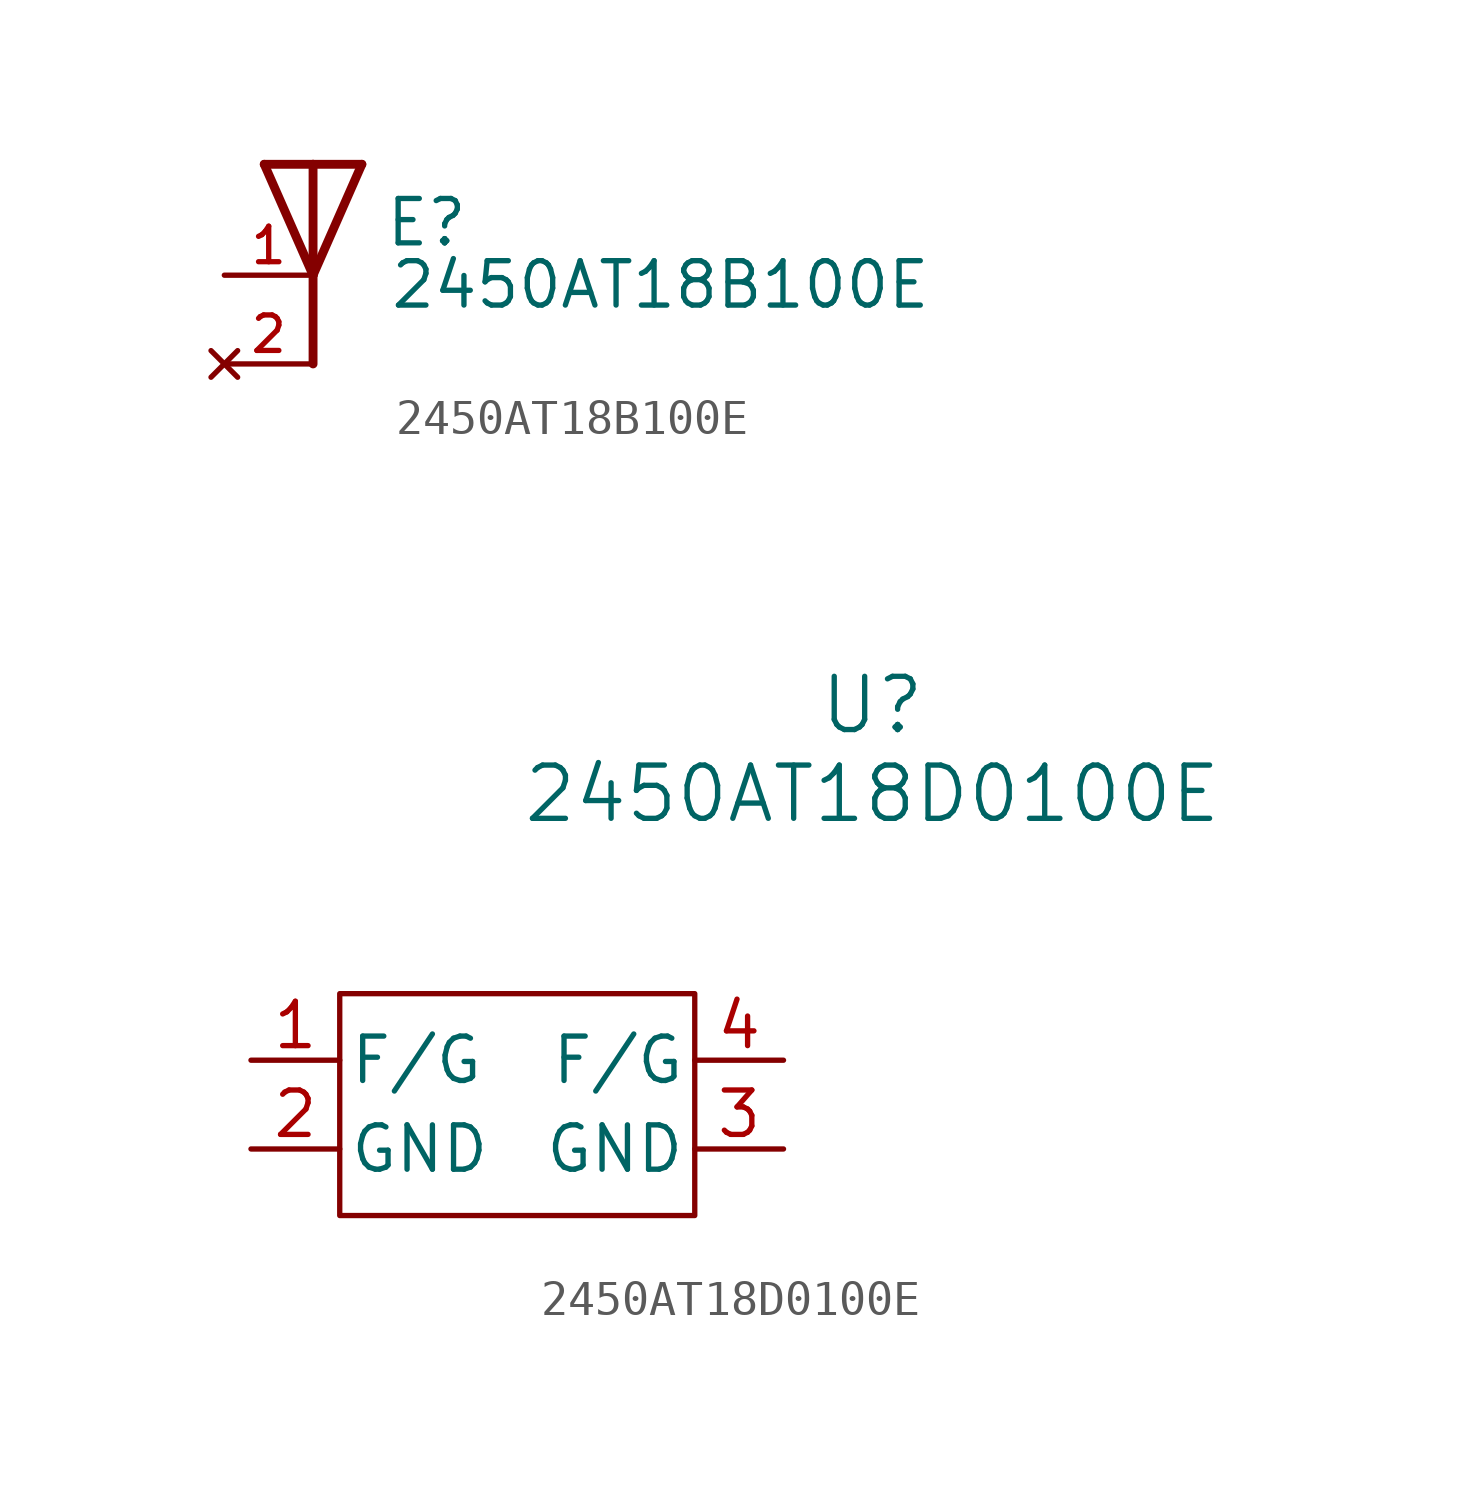
<source format=kicad_sym>
(kicad_symbol_lib
  (version 20231120)
  (generator "kicad_symbol_editor")
  (generator_version "8.0")
  (symbol "2450AT18B100E"
    (pin_names
      (offset 1.016))
    (property "Reference" "E"
      (at 2.034 0.763 0)
      (effects (font (size 1.27 1.27)) (justify left bottom)))
    (property "Value" "2450AT18B100E"
      (at 2.163 -1.018 0)
      (effects (font (size 1.27 1.27)) (justify left bottom)))
    (symbol "2450AT18B100E_0_0"
      (polyline (pts (xy -1.397 3.175) (xy 0 3.175)) (stroke (width 0.254) (type default)) (fill (type none)))
      (polyline (pts (xy 0 0) (xy -1.397 3.175)) (stroke (width 0.254) (type default)) (fill (type none)))
      (polyline (pts (xy 0 0) (xy 0 -2.54)) (stroke (width 0.254) (type default)) (fill (type none)))
      (polyline (pts (xy 0 3.175) (xy 0 0)) (stroke (width 0.254) (type default)) (fill (type none)))
      (polyline (pts (xy 0 3.175) (xy 1.397 3.175)) (stroke (width 0.254) (type default)) (fill (type none)))
      (polyline (pts (xy 1.397 3.175) (xy 0 0)) (stroke (width 0.254) (type default)) (fill (type none)))
      (pin passive line (at -2.54 0 0) (length 2.54) (name "~" (effects (font (size 1.016 1.016)))) (number "1" (effects (font (size 1.016 1.016)))))
      (pin no_connect line (at -2.54 -2.54 0) (length 2.54) (name "~" (effects (font (size 1.016 1.016)))) (number "2" (effects (font (size 1.016 1.016)))))))
  (symbol "2450AT18D0100E"
    (pin_names
      (offset 0.254))
    (property "Reference" "U"
      (at 10.16 11.43 0)
      (effects (font (size 1.524 1.524))))
    (property "Value" "2450AT18D0100E"
      (at 10.16 8.89 0)
      (effects (font (size 1.524 1.524))))
    (symbol "2450AT18D0100E_1_1"
      (rectangle (start -5.08 3.175) (end 5.08 -3.175) (stroke (width 0) (type default)) (fill (type none)))
      (pin unspecified line (at -7.62 1.27 0) (length 2.54) (name "F/G" (effects (font (size 1.27 1.27)))) (number "1" (effects (font (size 1.27 1.27)))))
      (pin power_out line (at -7.62 -1.27 0) (length 2.54) (name "GND" (effects (font (size 1.27 1.27)))) (number "2" (effects (font (size 1.27 1.27)))))
      (pin power_out line (at 7.62 -1.27 180) (length 2.54) (name "GND" (effects (font (size 1.27 1.27)))) (number "3" (effects (font (size 1.27 1.27)))))
      (pin unspecified line (at 7.62 1.27 180) (length 2.54) (name "F/G" (effects (font (size 1.27 1.27)))) (number "4" (effects (font (size 1.27 1.27))))))))
</source>
